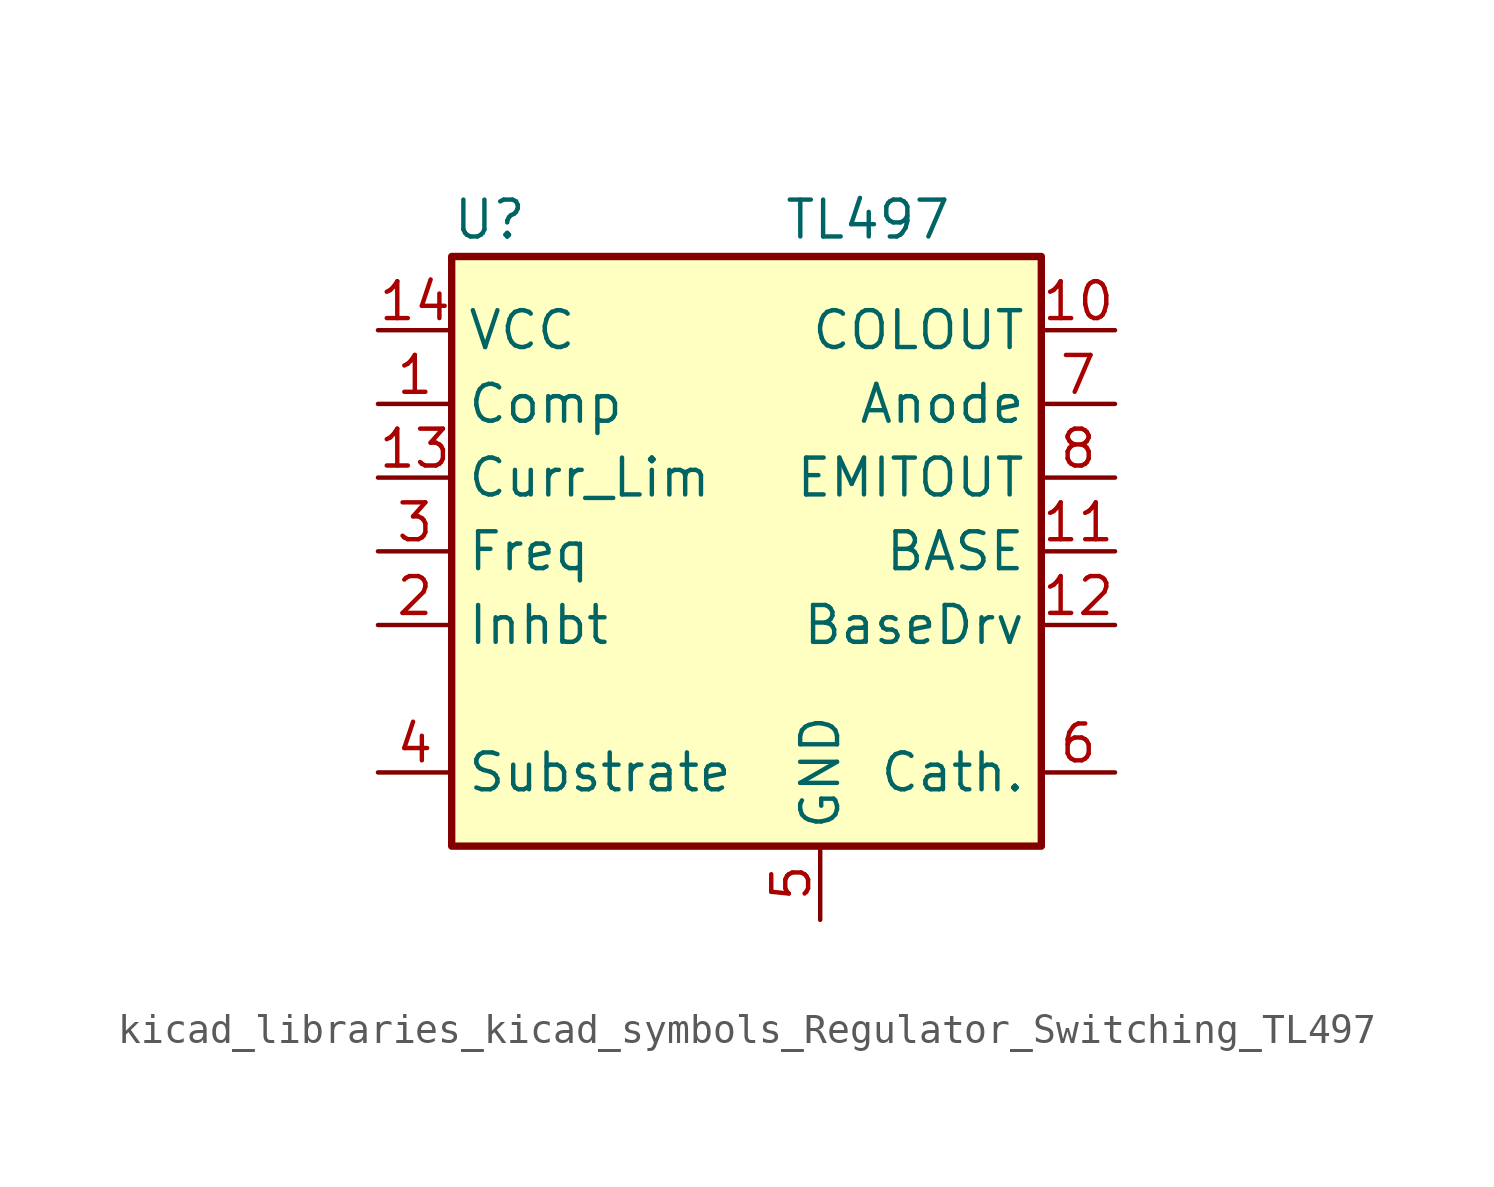
<source format=kicad_sym>
(kicad_symbol_lib
  (version 20220914)
  (generator kicad_symbol_editor)
  (symbol "kicad_libraries_kicad_symbols_Regulator_Switching_TL497"
    (property "Reference" "U"
      (at -10.16 11.43 0)
      (effects (font (size 1.27 1.27)) (justify left)))
    (property "Value" "TL497"
      (at 1.27 11.43 0)
      (effects (font (size 1.27 1.27)) (justify left)))
    (symbol "kicad_libraries_kicad_symbols_Regulator_Switching_TL497_0_1"
      (rectangle (start -10.16 10.16) (end 10.16 -10.16) (stroke (width 0.254) (type default)) (fill (type background))))
    (symbol "kicad_libraries_kicad_symbols_Regulator_Switching_TL497_1_1"
      (pin input line (at -12.7 5.08 0) (length 2.54) (name "Comp" (effects (font (size 1.27 1.27)))) (number "1" (effects (font (size 1.27 1.27)))))
      (pin open_collector line (at 12.7 7.62 180) (length 2.54) (name "COLOUT" (effects (font (size 1.27 1.27)))) (number "10" (effects (font (size 1.27 1.27)))))
      (pin passive line (at 12.7 0 180) (length 2.54) (name "BASE" (effects (font (size 1.27 1.27)))) (number "11" (effects (font (size 1.27 1.27)))))
      (pin passive line (at 12.7 -2.54 180) (length 2.54) (name "BaseDrv" (effects (font (size 1.27 1.27)))) (number "12" (effects (font (size 1.27 1.27)))))
      (pin input line (at -12.7 2.54 0) (length 2.54) (name "Curr_Lim" (effects (font (size 1.27 1.27)))) (number "13" (effects (font (size 1.27 1.27)))))
      (pin power_in line (at -12.7 7.62 0) (length 2.54) (name "VCC" (effects (font (size 1.27 1.27)))) (number "14" (effects (font (size 1.27 1.27)))))
      (pin input line (at -12.7 -2.54 0) (length 2.54) (name "Inhbt" (effects (font (size 1.27 1.27)))) (number "2" (effects (font (size 1.27 1.27)))))
      (pin input line (at -12.7 0 0) (length 2.54) (name "Freq" (effects (font (size 1.27 1.27)))) (number "3" (effects (font (size 1.27 1.27)))))
      (pin input line (at -12.7 -7.62 0) (length 2.54) (name "Substrate" (effects (font (size 1.27 1.27)))) (number "4" (effects (font (size 1.27 1.27)))))
      (pin power_in line (at 2.54 -12.7 90) (length 2.54) (name "GND" (effects (font (size 1.27 1.27)))) (number "5" (effects (font (size 1.27 1.27)))))
      (pin passive line (at 12.7 -7.62 180) (length 2.54) (name "Cath." (effects (font (size 1.27 1.27)))) (number "6" (effects (font (size 1.27 1.27)))))
      (pin passive line (at 12.7 5.08 180) (length 2.54) (name "Anode" (effects (font (size 1.27 1.27)))) (number "7" (effects (font (size 1.27 1.27)))))
      (pin open_emitter line (at 12.7 2.54 180) (length 2.54) (name "EMITOUT" (effects (font (size 1.27 1.27)))) (number "8" (effects (font (size 1.27 1.27)))))
      (pin no_connect line (at -10.16 -5.08 0) (length 2.54) hide (name "NC" (effects (font (size 1.27 1.27)))) (number "9" (effects (font (size 1.27 1.27))))))))
</source>
